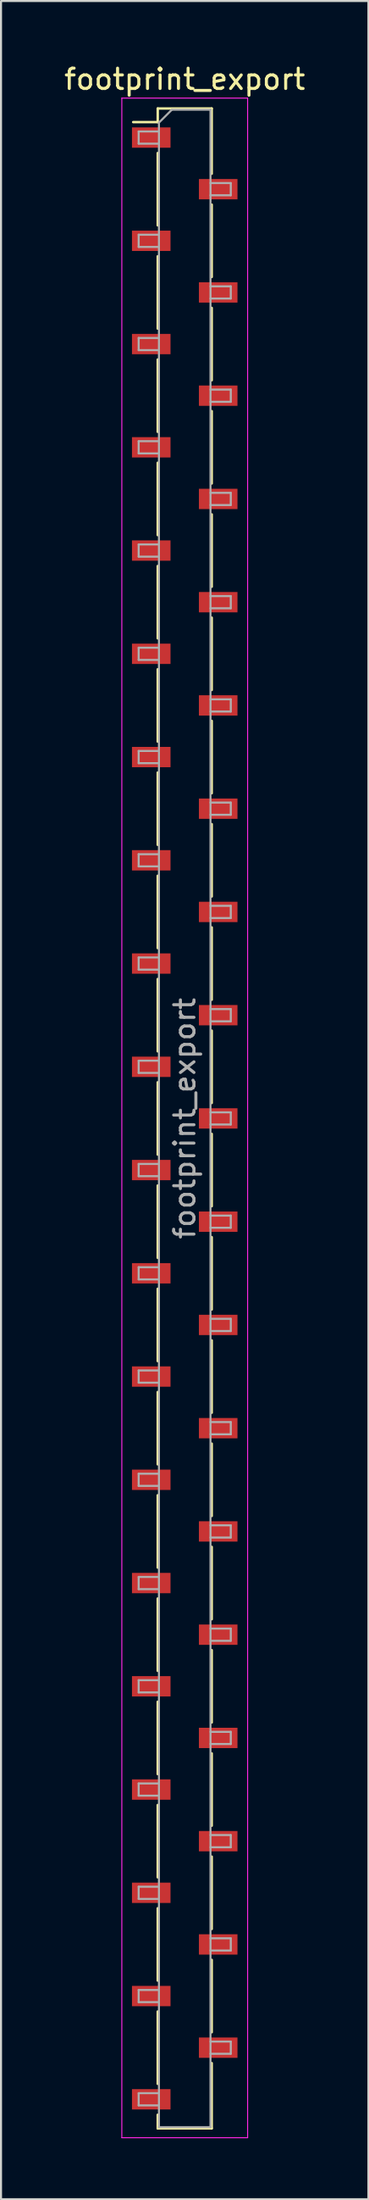
<source format=kicad_pcb>
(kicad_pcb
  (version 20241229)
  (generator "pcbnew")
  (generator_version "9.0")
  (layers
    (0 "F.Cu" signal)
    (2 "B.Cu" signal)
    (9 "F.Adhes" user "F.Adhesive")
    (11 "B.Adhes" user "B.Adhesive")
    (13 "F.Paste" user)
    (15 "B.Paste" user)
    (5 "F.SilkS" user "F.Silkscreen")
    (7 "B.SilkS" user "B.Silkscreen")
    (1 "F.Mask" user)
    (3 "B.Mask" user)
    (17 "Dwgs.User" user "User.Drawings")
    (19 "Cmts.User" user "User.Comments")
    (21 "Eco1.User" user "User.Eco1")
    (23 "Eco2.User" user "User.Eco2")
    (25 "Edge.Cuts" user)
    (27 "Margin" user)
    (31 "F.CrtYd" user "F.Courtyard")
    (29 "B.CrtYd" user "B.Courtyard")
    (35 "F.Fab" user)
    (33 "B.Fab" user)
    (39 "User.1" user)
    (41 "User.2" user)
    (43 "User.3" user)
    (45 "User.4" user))
  (footprint "footprint_export"
    (layer "F.Cu")
    (at 6.054 51.978)
    (property "Reference" "footprint_export" (at 0 -51.13 0) (layer "F.SilkS") (effects (font (size 1 1) (thickness 0.15))))
    (attr smd)
    (fp_line (start -2.54 -49.02) (end -1.33 -49.02) (stroke (width 0.12) (type solid)) (layer "F.SilkS"))
    (fp_line (start -1.33 -49.69) (end -1.33 -49.02) (stroke (width 0.12) (type solid)) (layer "F.SilkS"))
    (fp_line (start -1.33 -49.69) (end 1.33 -49.69) (stroke (width 0.12) (type solid)) (layer "F.SilkS"))
    (fp_line (start -1.33 -47.5) (end -1.33 -43.94) (stroke (width 0.12) (type solid)) (layer "F.SilkS"))
    (fp_line (start -1.33 -42.42) (end -1.33 -38.86) (stroke (width 0.12) (type solid)) (layer "F.SilkS"))
    (fp_line (start -1.33 -37.34) (end -1.33 -33.78) (stroke (width 0.12) (type solid)) (layer "F.SilkS"))
    (fp_line (start -1.33 -32.26) (end -1.33 -28.7) (stroke (width 0.12) (type solid)) (layer "F.SilkS"))
    (fp_line (start -1.33 -27.18) (end -1.33 -23.62) (stroke (width 0.12) (type solid)) (layer "F.SilkS"))
    (fp_line (start -1.33 -22.1) (end -1.33 -18.54) (stroke (width 0.12) (type solid)) (layer "F.SilkS"))
    (fp_line (start -1.33 -17.02) (end -1.33 -13.46) (stroke (width 0.12) (type solid)) (layer "F.SilkS"))
    (fp_line (start -1.33 -11.94) (end -1.33 -8.38) (stroke (width 0.12) (type solid)) (layer "F.SilkS"))
    (fp_line (start -1.33 -6.86) (end -1.33 -3.3) (stroke (width 0.12) (type solid)) (layer "F.SilkS"))
    (fp_line (start -1.33 -1.78) (end -1.33 1.78) (stroke (width 0.12) (type solid)) (layer "F.SilkS"))
    (fp_line (start -1.33 3.3) (end -1.33 6.86) (stroke (width 0.12) (type solid)) (layer "F.SilkS"))
    (fp_line (start -1.33 8.38) (end -1.33 11.94) (stroke (width 0.12) (type solid)) (layer "F.SilkS"))
    (fp_line (start -1.33 13.46) (end -1.33 17.02) (stroke (width 0.12) (type solid)) (layer "F.SilkS"))
    (fp_line (start -1.33 18.54) (end -1.33 22.1) (stroke (width 0.12) (type solid)) (layer "F.SilkS"))
    (fp_line (start -1.33 23.62) (end -1.33 27.18) (stroke (width 0.12) (type solid)) (layer "F.SilkS"))
    (fp_line (start -1.33 28.7) (end -1.33 32.26) (stroke (width 0.12) (type solid)) (layer "F.SilkS"))
    (fp_line (start -1.33 33.78) (end -1.33 37.34) (stroke (width 0.12) (type solid)) (layer "F.SilkS"))
    (fp_line (start -1.33 38.86) (end -1.33 42.42) (stroke (width 0.12) (type solid)) (layer "F.SilkS"))
    (fp_line (start -1.33 43.94) (end -1.33 47.5) (stroke (width 0.12) (type solid)) (layer "F.SilkS"))
    (fp_line (start -1.33 49.02) (end -1.33 49.69) (stroke (width 0.12) (type solid)) (layer "F.SilkS"))
    (fp_line (start -1.33 49.69) (end 1.33 49.69) (stroke (width 0.12) (type solid)) (layer "F.SilkS"))
    (fp_line (start 1.33 -49.69) (end 1.33 -46.48) (stroke (width 0.12) (type solid)) (layer "F.SilkS"))
    (fp_line (start 1.33 -44.96) (end 1.33 -41.4) (stroke (width 0.12) (type solid)) (layer "F.SilkS"))
    (fp_line (start 1.33 -39.88) (end 1.33 -36.32) (stroke (width 0.12) (type solid)) (layer "F.SilkS"))
    (fp_line (start 1.33 -34.8) (end 1.33 -31.24) (stroke (width 0.12) (type solid)) (layer "F.SilkS"))
    (fp_line (start 1.33 -29.72) (end 1.33 -26.16) (stroke (width 0.12) (type solid)) (layer "F.SilkS"))
    (fp_line (start 1.33 -24.64) (end 1.33 -21.08) (stroke (width 0.12) (type solid)) (layer "F.SilkS"))
    (fp_line (start 1.33 -19.56) (end 1.33 -16) (stroke (width 0.12) (type solid)) (layer "F.SilkS"))
    (fp_line (start 1.33 -14.48) (end 1.33 -10.92) (stroke (width 0.12) (type solid)) (layer "F.SilkS"))
    (fp_line (start 1.33 -9.4) (end 1.33 -5.84) (stroke (width 0.12) (type solid)) (layer "F.SilkS"))
    (fp_line (start 1.33 -4.32) (end 1.33 -0.76) (stroke (width 0.12) (type solid)) (layer "F.SilkS"))
    (fp_line (start 1.33 0.76) (end 1.33 4.32) (stroke (width 0.12) (type solid)) (layer "F.SilkS"))
    (fp_line (start 1.33 5.84) (end 1.33 9.4) (stroke (width 0.12) (type solid)) (layer "F.SilkS"))
    (fp_line (start 1.33 10.92) (end 1.33 14.48) (stroke (width 0.12) (type solid)) (layer "F.SilkS"))
    (fp_line (start 1.33 16) (end 1.33 19.56) (stroke (width 0.12) (type solid)) (layer "F.SilkS"))
    (fp_line (start 1.33 21.08) (end 1.33 24.64) (stroke (width 0.12) (type solid)) (layer "F.SilkS"))
    (fp_line (start 1.33 26.16) (end 1.33 29.72) (stroke (width 0.12) (type solid)) (layer "F.SilkS"))
    (fp_line (start 1.33 31.24) (end 1.33 34.8) (stroke (width 0.12) (type solid)) (layer "F.SilkS"))
    (fp_line (start 1.33 36.32) (end 1.33 39.88) (stroke (width 0.12) (type solid)) (layer "F.SilkS"))
    (fp_line (start 1.33 41.4) (end 1.33 44.96) (stroke (width 0.12) (type solid)) (layer "F.SilkS"))
    (fp_line (start 1.33 46.48) (end 1.33 49.69) (stroke (width 0.12) (type solid)) (layer "F.SilkS"))
    (fp_line (start -3.1 -50.2) (end 3.1 -50.2) (stroke (width 0.05) (type solid)) (layer "F.CrtYd"))
    (fp_line (start -3.1 50.15) (end -3.1 -50.2) (stroke (width 0.05) (type solid)) (layer "F.CrtYd"))
    (fp_line (start 3.1 -50.2) (end 3.1 50.15) (stroke (width 0.05) (type solid)) (layer "F.CrtYd"))
    (fp_line (start 3.1 50.15) (end -3.1 50.15) (stroke (width 0.05) (type solid)) (layer "F.CrtYd"))
    (fp_line (start -2.27 -48.56) (end -1.27 -48.56) (stroke (width 0.1) (type solid)) (layer "F.Fab"))
    (fp_line (start -2.27 -47.96) (end -2.27 -48.56) (stroke (width 0.1) (type solid)) (layer "F.Fab"))
    (fp_line (start -2.27 -43.48) (end -1.27 -43.48) (stroke (width 0.1) (type solid)) (layer "F.Fab"))
    (fp_line (start -2.27 -42.88) (end -2.27 -43.48) (stroke (width 0.1) (type solid)) (layer "F.Fab"))
    (fp_line (start -2.27 -38.4) (end -1.27 -38.4) (stroke (width 0.1) (type solid)) (layer "F.Fab"))
    (fp_line (start -2.27 -37.8) (end -2.27 -38.4) (stroke (width 0.1) (type solid)) (layer "F.Fab"))
    (fp_line (start -2.27 -33.32) (end -1.27 -33.32) (stroke (width 0.1) (type solid)) (layer "F.Fab"))
    (fp_line (start -2.27 -32.72) (end -2.27 -33.32) (stroke (width 0.1) (type solid)) (layer "F.Fab"))
    (fp_line (start -2.27 -28.24) (end -1.27 -28.24) (stroke (width 0.1) (type solid)) (layer "F.Fab"))
    (fp_line (start -2.27 -27.64) (end -2.27 -28.24) (stroke (width 0.1) (type solid)) (layer "F.Fab"))
    (fp_line (start -2.27 -23.16) (end -1.27 -23.16) (stroke (width 0.1) (type solid)) (layer "F.Fab"))
    (fp_line (start -2.27 -22.56) (end -2.27 -23.16) (stroke (width 0.1) (type solid)) (layer "F.Fab"))
    (fp_line (start -2.27 -18.08) (end -1.27 -18.08) (stroke (width 0.1) (type solid)) (layer "F.Fab"))
    (fp_line (start -2.27 -17.48) (end -2.27 -18.08) (stroke (width 0.1) (type solid)) (layer "F.Fab"))
    (fp_line (start -2.27 -13) (end -1.27 -13) (stroke (width 0.1) (type solid)) (layer "F.Fab"))
    (fp_line (start -2.27 -12.4) (end -2.27 -13) (stroke (width 0.1) (type solid)) (layer "F.Fab"))
    (fp_line (start -2.27 -7.92) (end -1.27 -7.92) (stroke (width 0.1) (type solid)) (layer "F.Fab"))
    (fp_line (start -2.27 -7.32) (end -2.27 -7.92) (stroke (width 0.1) (type solid)) (layer "F.Fab"))
    (fp_line (start -2.27 -2.84) (end -1.27 -2.84) (stroke (width 0.1) (type solid)) (layer "F.Fab"))
    (fp_line (start -2.27 -2.24) (end -2.27 -2.84) (stroke (width 0.1) (type solid)) (layer "F.Fab"))
    (fp_line (start -2.27 2.24) (end -1.27 2.24) (stroke (width 0.1) (type solid)) (layer "F.Fab"))
    (fp_line (start -2.27 2.84) (end -2.27 2.24) (stroke (width 0.1) (type solid)) (layer "F.Fab"))
    (fp_line (start -2.27 7.32) (end -1.27 7.32) (stroke (width 0.1) (type solid)) (layer "F.Fab"))
    (fp_line (start -2.27 7.92) (end -2.27 7.32) (stroke (width 0.1) (type solid)) (layer "F.Fab"))
    (fp_line (start -2.27 12.4) (end -1.27 12.4) (stroke (width 0.1) (type solid)) (layer "F.Fab"))
    (fp_line (start -2.27 13) (end -2.27 12.4) (stroke (width 0.1) (type solid)) (layer "F.Fab"))
    (fp_line (start -2.27 17.48) (end -1.27 17.48) (stroke (width 0.1) (type solid)) (layer "F.Fab"))
    (fp_line (start -2.27 18.08) (end -2.27 17.48) (stroke (width 0.1) (type solid)) (layer "F.Fab"))
    (fp_line (start -2.27 22.56) (end -1.27 22.56) (stroke (width 0.1) (type solid)) (layer "F.Fab"))
    (fp_line (start -2.27 23.16) (end -2.27 22.56) (stroke (width 0.1) (type solid)) (layer "F.Fab"))
    (fp_line (start -2.27 27.64) (end -1.27 27.64) (stroke (width 0.1) (type solid)) (layer "F.Fab"))
    (fp_line (start -2.27 28.24) (end -2.27 27.64) (stroke (width 0.1) (type solid)) (layer "F.Fab"))
    (fp_line (start -2.27 32.72) (end -1.27 32.72) (stroke (width 0.1) (type solid)) (layer "F.Fab"))
    (fp_line (start -2.27 33.32) (end -2.27 32.72) (stroke (width 0.1) (type solid)) (layer "F.Fab"))
    (fp_line (start -2.27 37.8) (end -1.27 37.8) (stroke (width 0.1) (type solid)) (layer "F.Fab"))
    (fp_line (start -2.27 38.4) (end -2.27 37.8) (stroke (width 0.1) (type solid)) (layer "F.Fab"))
    (fp_line (start -2.27 42.88) (end -1.27 42.88) (stroke (width 0.1) (type solid)) (layer "F.Fab"))
    (fp_line (start -2.27 43.48) (end -2.27 42.88) (stroke (width 0.1) (type solid)) (layer "F.Fab"))
    (fp_line (start -2.27 47.96) (end -1.27 47.96) (stroke (width 0.1) (type solid)) (layer "F.Fab"))
    (fp_line (start -2.27 48.56) (end -2.27 47.96) (stroke (width 0.1) (type solid)) (layer "F.Fab"))
    (fp_line (start -1.27 -48.995) (end -0.635 -49.63) (stroke (width 0.1) (type solid)) (layer "F.Fab"))
    (fp_line (start -1.27 -47.96) (end -2.27 -47.96) (stroke (width 0.1) (type solid)) (layer "F.Fab"))
    (fp_line (start -1.27 -42.88) (end -2.27 -42.88) (stroke (width 0.1) (type solid)) (layer "F.Fab"))
    (fp_line (start -1.27 -37.8) (end -2.27 -37.8) (stroke (width 0.1) (type solid)) (layer "F.Fab"))
    (fp_line (start -1.27 -32.72) (end -2.27 -32.72) (stroke (width 0.1) (type solid)) (layer "F.Fab"))
    (fp_line (start -1.27 -27.64) (end -2.27 -27.64) (stroke (width 0.1) (type solid)) (layer "F.Fab"))
    (fp_line (start -1.27 -22.56) (end -2.27 -22.56) (stroke (width 0.1) (type solid)) (layer "F.Fab"))
    (fp_line (start -1.27 -17.48) (end -2.27 -17.48) (stroke (width 0.1) (type solid)) (layer "F.Fab"))
    (fp_line (start -1.27 -12.4) (end -2.27 -12.4) (stroke (width 0.1) (type solid)) (layer "F.Fab"))
    (fp_line (start -1.27 -7.32) (end -2.27 -7.32) (stroke (width 0.1) (type solid)) (layer "F.Fab"))
    (fp_line (start -1.27 -2.24) (end -2.27 -2.24) (stroke (width 0.1) (type solid)) (layer "F.Fab"))
    (fp_line (start -1.27 2.84) (end -2.27 2.84) (stroke (width 0.1) (type solid)) (layer "F.Fab"))
    (fp_line (start -1.27 7.92) (end -2.27 7.92) (stroke (width 0.1) (type solid)) (layer "F.Fab"))
    (fp_line (start -1.27 13) (end -2.27 13) (stroke (width 0.1) (type solid)) (layer "F.Fab"))
    (fp_line (start -1.27 18.08) (end -2.27 18.08) (stroke (width 0.1) (type solid)) (layer "F.Fab"))
    (fp_line (start -1.27 23.16) (end -2.27 23.16) (stroke (width 0.1) (type solid)) (layer "F.Fab"))
    (fp_line (start -1.27 28.24) (end -2.27 28.24) (stroke (width 0.1) (type solid)) (layer "F.Fab"))
    (fp_line (start -1.27 33.32) (end -2.27 33.32) (stroke (width 0.1) (type solid)) (layer "F.Fab"))
    (fp_line (start -1.27 38.4) (end -2.27 38.4) (stroke (width 0.1) (type solid)) (layer "F.Fab"))
    (fp_line (start -1.27 43.48) (end -2.27 43.48) (stroke (width 0.1) (type solid)) (layer "F.Fab"))
    (fp_line (start -1.27 48.56) (end -2.27 48.56) (stroke (width 0.1) (type solid)) (layer "F.Fab"))
    (fp_line (start -1.27 49.63) (end -1.27 -48.995) (stroke (width 0.1) (type solid)) (layer "F.Fab"))
    (fp_line (start -0.635 -49.63) (end 1.27 -49.63) (stroke (width 0.1) (type solid)) (layer "F.Fab"))
    (fp_line (start 1.27 -49.63) (end 1.27 49.63) (stroke (width 0.1) (type solid)) (layer "F.Fab"))
    (fp_line (start 1.27 -46.02) (end 2.27 -46.02) (stroke (width 0.1) (type solid)) (layer "F.Fab"))
    (fp_line (start 1.27 -40.94) (end 2.27 -40.94) (stroke (width 0.1) (type solid)) (layer "F.Fab"))
    (fp_line (start 1.27 -35.86) (end 2.27 -35.86) (stroke (width 0.1) (type solid)) (layer "F.Fab"))
    (fp_line (start 1.27 -30.78) (end 2.27 -30.78) (stroke (width 0.1) (type solid)) (layer "F.Fab"))
    (fp_line (start 1.27 -25.7) (end 2.27 -25.7) (stroke (width 0.1) (type solid)) (layer "F.Fab"))
    (fp_line (start 1.27 -20.62) (end 2.27 -20.62) (stroke (width 0.1) (type solid)) (layer "F.Fab"))
    (fp_line (start 1.27 -15.54) (end 2.27 -15.54) (stroke (width 0.1) (type solid)) (layer "F.Fab"))
    (fp_line (start 1.27 -10.46) (end 2.27 -10.46) (stroke (width 0.1) (type solid)) (layer "F.Fab"))
    (fp_line (start 1.27 -5.38) (end 2.27 -5.38) (stroke (width 0.1) (type solid)) (layer "F.Fab"))
    (fp_line (start 1.27 -0.3) (end 2.27 -0.3) (stroke (width 0.1) (type solid)) (layer "F.Fab"))
    (fp_line (start 1.27 4.78) (end 2.27 4.78) (stroke (width 0.1) (type solid)) (layer "F.Fab"))
    (fp_line (start 1.27 9.86) (end 2.27 9.86) (stroke (width 0.1) (type solid)) (layer "F.Fab"))
    (fp_line (start 1.27 14.94) (end 2.27 14.94) (stroke (width 0.1) (type solid)) (layer "F.Fab"))
    (fp_line (start 1.27 20.02) (end 2.27 20.02) (stroke (width 0.1) (type solid)) (layer "F.Fab"))
    (fp_line (start 1.27 25.1) (end 2.27 25.1) (stroke (width 0.1) (type solid)) (layer "F.Fab"))
    (fp_line (start 1.27 30.18) (end 2.27 30.18) (stroke (width 0.1) (type solid)) (layer "F.Fab"))
    (fp_line (start 1.27 35.26) (end 2.27 35.26) (stroke (width 0.1) (type solid)) (layer "F.Fab"))
    (fp_line (start 1.27 40.34) (end 2.27 40.34) (stroke (width 0.1) (type solid)) (layer "F.Fab"))
    (fp_line (start 1.27 45.42) (end 2.27 45.42) (stroke (width 0.1) (type solid)) (layer "F.Fab"))
    (fp_line (start 1.27 49.63) (end -1.27 49.63) (stroke (width 0.1) (type solid)) (layer "F.Fab"))
    (fp_line (start 2.27 -46.02) (end 2.27 -45.42) (stroke (width 0.1) (type solid)) (layer "F.Fab"))
    (fp_line (start 2.27 -45.42) (end 1.27 -45.42) (stroke (width 0.1) (type solid)) (layer "F.Fab"))
    (fp_line (start 2.27 -40.94) (end 2.27 -40.34) (stroke (width 0.1) (type solid)) (layer "F.Fab"))
    (fp_line (start 2.27 -40.34) (end 1.27 -40.34) (stroke (width 0.1) (type solid)) (layer "F.Fab"))
    (fp_line (start 2.27 -35.86) (end 2.27 -35.26) (stroke (width 0.1) (type solid)) (layer "F.Fab"))
    (fp_line (start 2.27 -35.26) (end 1.27 -35.26) (stroke (width 0.1) (type solid)) (layer "F.Fab"))
    (fp_line (start 2.27 -30.78) (end 2.27 -30.18) (stroke (width 0.1) (type solid)) (layer "F.Fab"))
    (fp_line (start 2.27 -30.18) (end 1.27 -30.18) (stroke (width 0.1) (type solid)) (layer "F.Fab"))
    (fp_line (start 2.27 -25.7) (end 2.27 -25.1) (stroke (width 0.1) (type solid)) (layer "F.Fab"))
    (fp_line (start 2.27 -25.1) (end 1.27 -25.1) (stroke (width 0.1) (type solid)) (layer "F.Fab"))
    (fp_line (start 2.27 -20.62) (end 2.27 -20.02) (stroke (width 0.1) (type solid)) (layer "F.Fab"))
    (fp_line (start 2.27 -20.02) (end 1.27 -20.02) (stroke (width 0.1) (type solid)) (layer "F.Fab"))
    (fp_line (start 2.27 -15.54) (end 2.27 -14.94) (stroke (width 0.1) (type solid)) (layer "F.Fab"))
    (fp_line (start 2.27 -14.94) (end 1.27 -14.94) (stroke (width 0.1) (type solid)) (layer "F.Fab"))
    (fp_line (start 2.27 -10.46) (end 2.27 -9.86) (stroke (width 0.1) (type solid)) (layer "F.Fab"))
    (fp_line (start 2.27 -9.86) (end 1.27 -9.86) (stroke (width 0.1) (type solid)) (layer "F.Fab"))
    (fp_line (start 2.27 -5.38) (end 2.27 -4.78) (stroke (width 0.1) (type solid)) (layer "F.Fab"))
    (fp_line (start 2.27 -4.78) (end 1.27 -4.78) (stroke (width 0.1) (type solid)) (layer "F.Fab"))
    (fp_line (start 2.27 -0.3) (end 2.27 0.3) (stroke (width 0.1) (type solid)) (layer "F.Fab"))
    (fp_line (start 2.27 0.3) (end 1.27 0.3) (stroke (width 0.1) (type solid)) (layer "F.Fab"))
    (fp_line (start 2.27 4.78) (end 2.27 5.38) (stroke (width 0.1) (type solid)) (layer "F.Fab"))
    (fp_line (start 2.27 5.38) (end 1.27 5.38) (stroke (width 0.1) (type solid)) (layer "F.Fab"))
    (fp_line (start 2.27 9.86) (end 2.27 10.46) (stroke (width 0.1) (type solid)) (layer "F.Fab"))
    (fp_line (start 2.27 10.46) (end 1.27 10.46) (stroke (width 0.1) (type solid)) (layer "F.Fab"))
    (fp_line (start 2.27 14.94) (end 2.27 15.54) (stroke (width 0.1) (type solid)) (layer "F.Fab"))
    (fp_line (start 2.27 15.54) (end 1.27 15.54) (stroke (width 0.1) (type solid)) (layer "F.Fab"))
    (fp_line (start 2.27 20.02) (end 2.27 20.62) (stroke (width 0.1) (type solid)) (layer "F.Fab"))
    (fp_line (start 2.27 20.62) (end 1.27 20.62) (stroke (width 0.1) (type solid)) (layer "F.Fab"))
    (fp_line (start 2.27 25.1) (end 2.27 25.7) (stroke (width 0.1) (type solid)) (layer "F.Fab"))
    (fp_line (start 2.27 25.7) (end 1.27 25.7) (stroke (width 0.1) (type solid)) (layer "F.Fab"))
    (fp_line (start 2.27 30.18) (end 2.27 30.78) (stroke (width 0.1) (type solid)) (layer "F.Fab"))
    (fp_line (start 2.27 30.78) (end 1.27 30.78) (stroke (width 0.1) (type solid)) (layer "F.Fab"))
    (fp_line (start 2.27 35.26) (end 2.27 35.86) (stroke (width 0.1) (type solid)) (layer "F.Fab"))
    (fp_line (start 2.27 35.86) (end 1.27 35.86) (stroke (width 0.1) (type solid)) (layer "F.Fab"))
    (fp_line (start 2.27 40.34) (end 2.27 40.94) (stroke (width 0.1) (type solid)) (layer "F.Fab"))
    (fp_line (start 2.27 40.94) (end 1.27 40.94) (stroke (width 0.1) (type solid)) (layer "F.Fab"))
    (fp_line (start 2.27 45.42) (end 2.27 46.02) (stroke (width 0.1) (type solid)) (layer "F.Fab"))
    (fp_line (start 2.27 46.02) (end 1.27 46.02) (stroke (width 0.1) (type solid)) (layer "F.Fab"))
    (fp_text user "${REFERENCE}" (at 0 0 90) (layer "F.Fab") (effects (font (size 1 1) (thickness 0.15))))
    (pad "1" smd rect (at -1.65 -48.26) (size 1.9 1) (layers "F.Cu" "F.Mask" "F.Paste"))
    (pad "2" smd rect (at 1.65 -45.72) (size 1.9 1) (layers "F.Cu" "F.Mask" "F.Paste"))
    (pad "3" smd rect (at -1.65 -43.18) (size 1.9 1) (layers "F.Cu" "F.Mask" "F.Paste"))
    (pad "4" smd rect (at 1.65 -40.64) (size 1.9 1) (layers "F.Cu" "F.Mask" "F.Paste"))
    (pad "5" smd rect (at -1.65 -38.1) (size 1.9 1) (layers "F.Cu" "F.Mask" "F.Paste"))
    (pad "6" smd rect (at 1.65 -35.56) (size 1.9 1) (layers "F.Cu" "F.Mask" "F.Paste"))
    (pad "7" smd rect (at -1.65 -33.02) (size 1.9 1) (layers "F.Cu" "F.Mask" "F.Paste"))
    (pad "8" smd rect (at 1.65 -30.48) (size 1.9 1) (layers "F.Cu" "F.Mask" "F.Paste"))
    (pad "9" smd rect (at -1.65 -27.94) (size 1.9 1) (layers "F.Cu" "F.Mask" "F.Paste"))
    (pad "10" smd rect (at 1.65 -25.4) (size 1.9 1) (layers "F.Cu" "F.Mask" "F.Paste"))
    (pad "11" smd rect (at -1.65 -22.86) (size 1.9 1) (layers "F.Cu" "F.Mask" "F.Paste"))
    (pad "12" smd rect (at 1.65 -20.32) (size 1.9 1) (layers "F.Cu" "F.Mask" "F.Paste"))
    (pad "13" smd rect (at -1.65 -17.78) (size 1.9 1) (layers "F.Cu" "F.Mask" "F.Paste"))
    (pad "14" smd rect (at 1.65 -15.24) (size 1.9 1) (layers "F.Cu" "F.Mask" "F.Paste"))
    (pad "15" smd rect (at -1.65 -12.7) (size 1.9 1) (layers "F.Cu" "F.Mask" "F.Paste"))
    (pad "16" smd rect (at 1.65 -10.16) (size 1.9 1) (layers "F.Cu" "F.Mask" "F.Paste"))
    (pad "17" smd rect (at -1.65 -7.62) (size 1.9 1) (layers "F.Cu" "F.Mask" "F.Paste"))
    (pad "18" smd rect (at 1.65 -5.08) (size 1.9 1) (layers "F.Cu" "F.Mask" "F.Paste"))
    (pad "19" smd rect (at -1.65 -2.54) (size 1.9 1) (layers "F.Cu" "F.Mask" "F.Paste"))
    (pad "20" smd rect (at 1.65 0) (size 1.9 1) (layers "F.Cu" "F.Mask" "F.Paste"))
    (pad "21" smd rect (at -1.65 2.54) (size 1.9 1) (layers "F.Cu" "F.Mask" "F.Paste"))
    (pad "22" smd rect (at 1.65 5.08) (size 1.9 1) (layers "F.Cu" "F.Mask" "F.Paste"))
    (pad "23" smd rect (at -1.65 7.62) (size 1.9 1) (layers "F.Cu" "F.Mask" "F.Paste"))
    (pad "24" smd rect (at 1.65 10.16) (size 1.9 1) (layers "F.Cu" "F.Mask" "F.Paste"))
    (pad "25" smd rect (at -1.65 12.7) (size 1.9 1) (layers "F.Cu" "F.Mask" "F.Paste"))
    (pad "26" smd rect (at 1.65 15.24) (size 1.9 1) (layers "F.Cu" "F.Mask" "F.Paste"))
    (pad "27" smd rect (at -1.65 17.78) (size 1.9 1) (layers "F.Cu" "F.Mask" "F.Paste"))
    (pad "28" smd rect (at 1.65 20.32) (size 1.9 1) (layers "F.Cu" "F.Mask" "F.Paste"))
    (pad "29" smd rect (at -1.65 22.86) (size 1.9 1) (layers "F.Cu" "F.Mask" "F.Paste"))
    (pad "30" smd rect (at 1.65 25.4) (size 1.9 1) (layers "F.Cu" "F.Mask" "F.Paste"))
    (pad "31" smd rect (at -1.65 27.94) (size 1.9 1) (layers "F.Cu" "F.Mask" "F.Paste"))
    (pad "32" smd rect (at 1.65 30.48) (size 1.9 1) (layers "F.Cu" "F.Mask" "F.Paste"))
    (pad "33" smd rect (at -1.65 33.02) (size 1.9 1) (layers "F.Cu" "F.Mask" "F.Paste"))
    (pad "34" smd rect (at 1.65 35.56) (size 1.9 1) (layers "F.Cu" "F.Mask" "F.Paste"))
    (pad "35" smd rect (at -1.65 38.1) (size 1.9 1) (layers "F.Cu" "F.Mask" "F.Paste"))
    (pad "36" smd rect (at 1.65 40.64) (size 1.9 1) (layers "F.Cu" "F.Mask" "F.Paste"))
    (pad "37" smd rect (at -1.65 43.18) (size 1.9 1) (layers "F.Cu" "F.Mask" "F.Paste"))
    (pad "38" smd rect (at 1.65 45.72) (size 1.9 1) (layers "F.Cu" "F.Mask" "F.Paste"))
    (pad "39" smd rect (at -1.65 48.26) (size 1.9 1) (layers "F.Cu" "F.Mask" "F.Paste")))
  (gr_rect
    (start -3 -3)
    (end 15.107 105.153)
    (stroke (width 0.1) (type default))
    (fill no)
    (layer "Edge.Cuts")))
</source>
